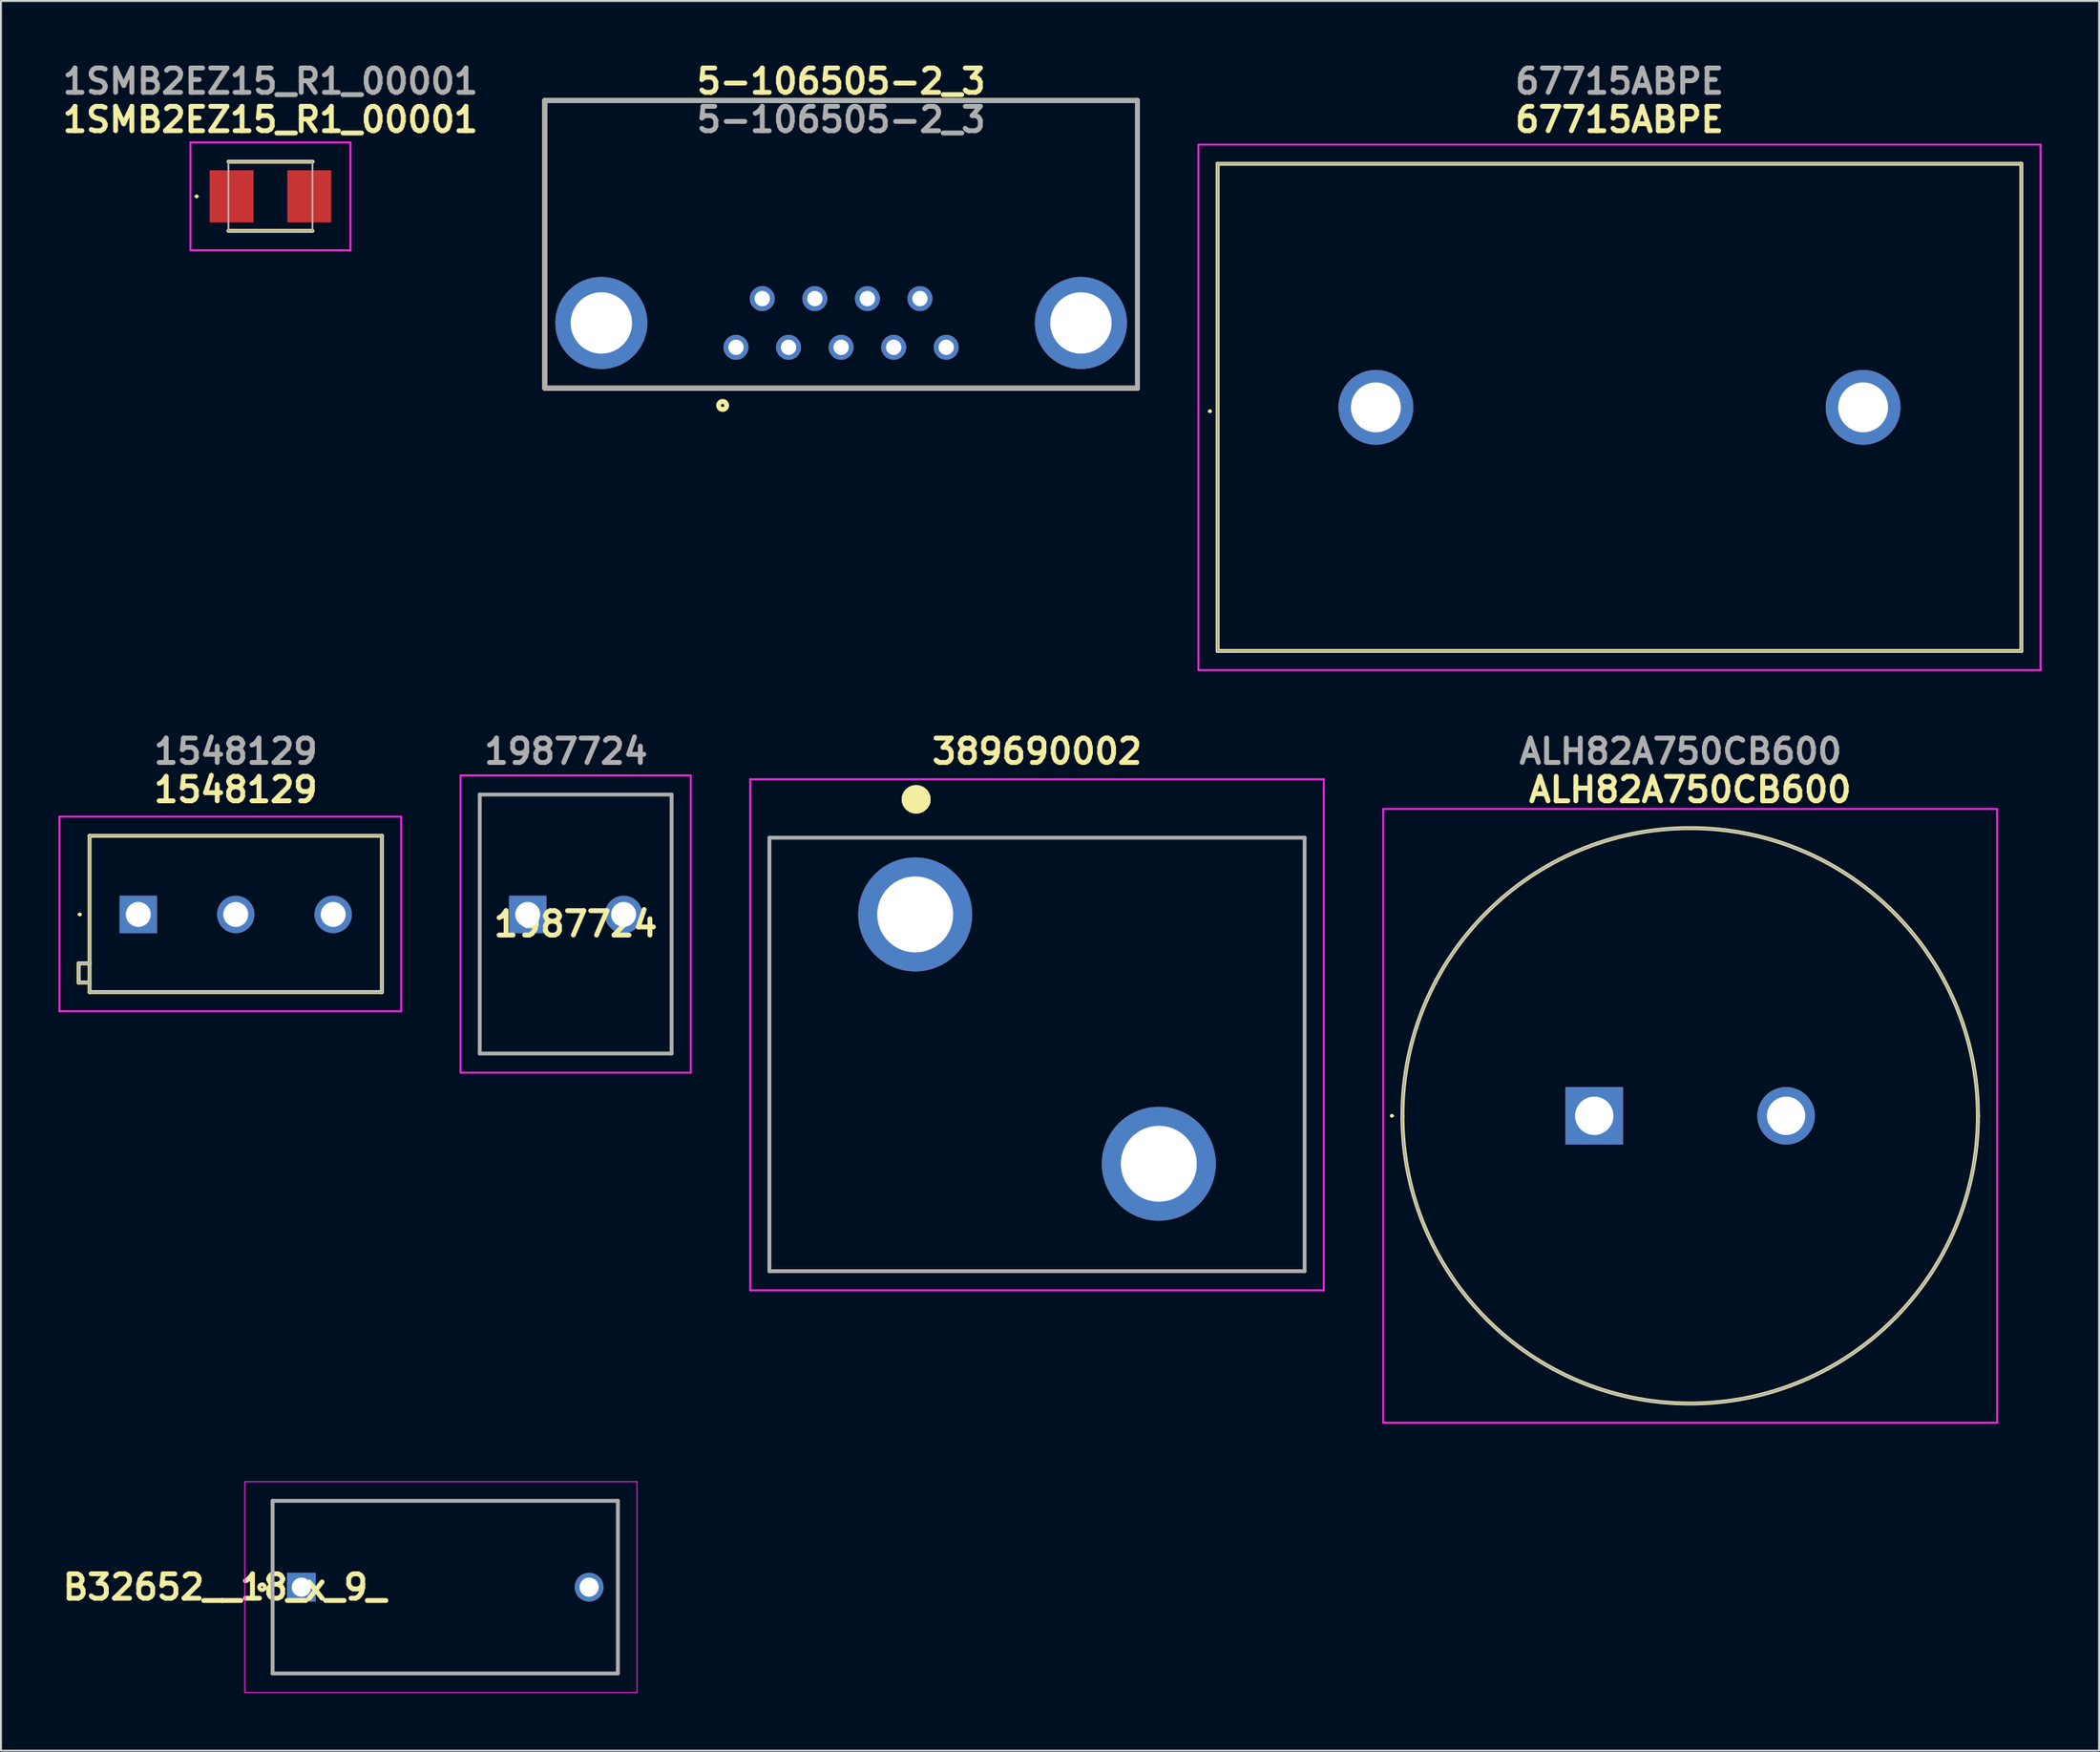
<source format=kicad_pcb>
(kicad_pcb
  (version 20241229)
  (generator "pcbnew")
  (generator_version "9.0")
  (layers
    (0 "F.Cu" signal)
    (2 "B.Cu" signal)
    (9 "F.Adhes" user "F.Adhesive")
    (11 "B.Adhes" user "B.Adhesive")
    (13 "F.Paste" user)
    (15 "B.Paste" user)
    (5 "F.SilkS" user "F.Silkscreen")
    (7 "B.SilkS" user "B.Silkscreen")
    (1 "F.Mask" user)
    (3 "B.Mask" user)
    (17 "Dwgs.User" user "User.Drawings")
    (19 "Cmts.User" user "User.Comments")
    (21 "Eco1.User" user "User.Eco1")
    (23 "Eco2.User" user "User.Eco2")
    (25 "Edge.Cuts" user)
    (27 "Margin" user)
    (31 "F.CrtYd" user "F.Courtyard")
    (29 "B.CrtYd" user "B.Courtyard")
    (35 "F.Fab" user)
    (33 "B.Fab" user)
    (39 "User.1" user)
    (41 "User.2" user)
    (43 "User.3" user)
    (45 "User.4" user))
  (footprint "5-106505-2_3"
    (layer "F.Cu")
    (at 25.348 2.189)
    (property "Reference" "5-106505-2_3" (at 15.45 -1 0) (layer "F.SilkS") (effects (font (size 1.27 1.27) (thickness 0.254))))
    (attr through_hole)
    (fp_line (start 0 0) (end 0 15) (stroke (width 0.254) (type solid)) (layer "F.SilkS"))
    (fp_line (start 0 15) (end 30.9 15) (stroke (width 0.254) (type solid)) (layer "F.SilkS"))
    (fp_line (start 30.9 0) (end 0 0) (stroke (width 0.254) (type solid)) (layer "F.SilkS"))
    (fp_line (start 30.9 15) (end 30.9 0) (stroke (width 0.254) (type solid)) (layer "F.SilkS"))
    (fp_circle (center 9.273 15.9) (end 9.273 15.982) (stroke (width 0.254) (type solid)) (fill no) (layer "F.SilkS"))
    (fp_line (start 0 0) (end 30.9 0) (stroke (width 0.254) (type solid)) (layer "F.Fab"))
    (fp_line (start 0 15) (end 0 0) (stroke (width 0.254) (type solid)) (layer "F.Fab"))
    (fp_line (start 30.9 0) (end 30.9 15) (stroke (width 0.254) (type solid)) (layer "F.Fab"))
    (fp_line (start 30.9 15) (end 0 15) (stroke (width 0.254) (type solid)) (layer "F.Fab"))
    (fp_text user "${REFERENCE}" (at 15.45 1 0) (layer "F.Fab") (effects (font (size 1.27 1.27) (thickness 0.254))))
    (pad "1" thru_hole circle (at 9.97 12.87) (size 1.3 1.3) (drill 0.8) (layers "*.Cu" "*.Mask"))
    (pad "2" thru_hole circle (at 12.71 12.87) (size 1.3 1.3) (drill 0.8) (layers "*.Cu" "*.Mask"))
    (pad "3" thru_hole circle (at 15.45 12.87) (size 1.3 1.3) (drill 0.8) (layers "*.Cu" "*.Mask"))
    (pad "4" thru_hole circle (at 18.19 12.87) (size 1.3 1.3) (drill 0.8) (layers "*.Cu" "*.Mask"))
    (pad "5" thru_hole circle (at 20.93 12.87) (size 1.3 1.3) (drill 0.8) (layers "*.Cu" "*.Mask"))
    (pad "6" thru_hole circle (at 11.34 10.33) (size 1.3 1.3) (drill 0.8) (layers "*.Cu" "*.Mask"))
    (pad "7" thru_hole circle (at 14.08 10.33) (size 1.3 1.3) (drill 0.8) (layers "*.Cu" "*.Mask"))
    (pad "8" thru_hole circle (at 16.82 10.33) (size 1.3 1.3) (drill 0.8) (layers "*.Cu" "*.Mask"))
    (pad "9" thru_hole circle (at 19.56 10.33) (size 1.3 1.3) (drill 0.8) (layers "*.Cu" "*.Mask"))
    (pad "10" thru_hole circle (at 2.95 11.6) (size 4.8 4.8) (drill 3.2) (layers "*.Cu" "*.Mask"))
    (pad "11" thru_hole circle (at 27.95 11.6) (size 4.8 4.8) (drill 3.2) (layers "*.Cu" "*.Mask")))
  (footprint "67715ABPE"
    (layer "F.Cu")
    (at 68.675 18.189)
    (property "Reference" "67715ABPE" (at 12.7 -15 0) (layer "F.SilkS") (effects (font (size 1.27 1.27) (thickness 0.254))))
    (attr through_hole)
    (fp_line (start -8.7 0.2) (end -8.7 0.2) (stroke (width 0.1) (type solid)) (layer "F.SilkS"))
    (fp_line (start -8.6 0.2) (end -8.6 0.2) (stroke (width 0.1) (type solid)) (layer "F.SilkS"))
    (fp_line (start -8.25 -12.7) (end 33.65 -12.7) (stroke (width 0.2) (type solid)) (layer "F.SilkS"))
    (fp_line (start -8.25 12.7) (end -8.25 -12.7) (stroke (width 0.2) (type solid)) (layer "F.SilkS"))
    (fp_line (start 33.65 -12.7) (end 33.65 12.7) (stroke (width 0.2) (type solid)) (layer "F.SilkS"))
    (fp_line (start 33.65 12.7) (end -8.25 12.7) (stroke (width 0.2) (type solid)) (layer "F.SilkS"))
    (fp_arc (start -8.7 0.2) (mid -8.65 0.15) (end -8.6 0.2) (stroke (width 0.1) (type solid)) (layer "F.SilkS"))
    (fp_arc (start -8.6 0.2) (mid -8.65 0.25) (end -8.7 0.2) (stroke (width 0.1) (type solid)) (layer "F.SilkS"))
    (fp_line (start -9.25 -13.7) (end 34.65 -13.7) (stroke (width 0.1) (type solid)) (layer "F.CrtYd"))
    (fp_line (start -9.25 13.7) (end -9.25 -13.7) (stroke (width 0.1) (type solid)) (layer "F.CrtYd"))
    (fp_line (start 34.65 -13.7) (end 34.65 13.7) (stroke (width 0.1) (type solid)) (layer "F.CrtYd"))
    (fp_line (start 34.65 13.7) (end -9.25 13.7) (stroke (width 0.1) (type solid)) (layer "F.CrtYd"))
    (fp_line (start -8.25 -12.7) (end 33.65 -12.7) (stroke (width 0.1) (type solid)) (layer "F.Fab"))
    (fp_line (start -8.25 12.7) (end -8.25 -12.7) (stroke (width 0.1) (type solid)) (layer "F.Fab"))
    (fp_line (start 33.65 -12.7) (end 33.65 12.7) (stroke (width 0.1) (type solid)) (layer "F.Fab"))
    (fp_line (start 33.65 12.7) (end -8.25 12.7) (stroke (width 0.1) (type solid)) (layer "F.Fab"))
    (fp_text user "${REFERENCE}" (at 12.7 -17 0) (layer "F.Fab") (effects (font (size 1.27 1.27) (thickness 0.254))))
    (pad "1" thru_hole circle (at 0 0) (size 3.9 3.9) (drill 2.6) (layers "*.Cu" "*.Mask"))
    (pad "2" thru_hole circle (at 25.4 0) (size 3.9 3.9) (drill 2.6) (layers "*.Cu" "*.Mask")))
  (footprint "1548129"
    (layer "F.Cu")
    (at 4.16 44.627)
    (property "Reference" "1548129" (at 5.08 -6.5 0) (layer "F.SilkS") (effects (font (size 1.27 1.27) (thickness 0.254))))
    (attr through_hole)
    (fp_line (start -3.11 2.55) (end -3.11 3.55) (stroke (width 0.2) (type solid)) (layer "F.SilkS"))
    (fp_line (start -3.11 3.55) (end -2.54 3.55) (stroke (width 0.2) (type solid)) (layer "F.SilkS"))
    (fp_line (start -3.1 0) (end -3.1 0) (stroke (width 0.1) (type solid)) (layer "F.SilkS"))
    (fp_line (start -3 0) (end -3 0) (stroke (width 0.1) (type solid)) (layer "F.SilkS"))
    (fp_line (start -2.54 -4.1) (end 12.7 -4.1) (stroke (width 0.2) (type solid)) (layer "F.SilkS"))
    (fp_line (start -2.54 2.55) (end -3.11 2.55) (stroke (width 0.2) (type solid)) (layer "F.SilkS"))
    (fp_line (start -2.54 4.05) (end -2.54 -4.1) (stroke (width 0.2) (type solid)) (layer "F.SilkS"))
    (fp_line (start 12.7 -4.1) (end 12.7 4.05) (stroke (width 0.2) (type solid)) (layer "F.SilkS"))
    (fp_line (start 12.7 4.05) (end -2.54 4.05) (stroke (width 0.2) (type solid)) (layer "F.SilkS"))
    (fp_arc (start -3.1 0) (mid -3.05 -0.05) (end -3 0) (stroke (width 0.1) (type solid)) (layer "F.SilkS"))
    (fp_arc (start -3 0) (mid -3.05 0.05) (end -3.1 0) (stroke (width 0.1) (type solid)) (layer "F.SilkS"))
    (fp_line (start -4.11 -5.1) (end 13.7 -5.1) (stroke (width 0.1) (type solid)) (layer "F.CrtYd"))
    (fp_line (start -4.11 5.05) (end -4.11 -5.1) (stroke (width 0.1) (type solid)) (layer "F.CrtYd"))
    (fp_line (start 13.7 -5.1) (end 13.7 5.05) (stroke (width 0.1) (type solid)) (layer "F.CrtYd"))
    (fp_line (start 13.7 5.05) (end -4.11 5.05) (stroke (width 0.1) (type solid)) (layer "F.CrtYd"))
    (fp_line (start -3.11 2.55) (end -3.11 3.55) (stroke (width 0.1) (type solid)) (layer "F.Fab"))
    (fp_line (start -3.11 3.55) (end -2.54 3.55) (stroke (width 0.1) (type solid)) (layer "F.Fab"))
    (fp_line (start -2.54 -4.1) (end -2.54 4.05) (stroke (width 0.1) (type solid)) (layer "F.Fab"))
    (fp_line (start -2.54 2.55) (end -3.11 2.55) (stroke (width 0.1) (type solid)) (layer "F.Fab"))
    (fp_line (start -2.54 4.05) (end 12.7 4.05) (stroke (width 0.1) (type solid)) (layer "F.Fab"))
    (fp_line (start 12.7 -4.1) (end -2.54 -4.1) (stroke (width 0.1) (type solid)) (layer "F.Fab"))
    (fp_line (start 12.7 4.05) (end 12.7 -4.1) (stroke (width 0.1) (type solid)) (layer "F.Fab"))
    (fp_text user "${REFERENCE}" (at 5.08 -8.5 0) (layer "F.Fab") (effects (font (size 1.27 1.27) (thickness 0.254))))
    (pad "1" thru_hole rect (at 0 0) (size 1.95 1.95) (drill 1.3) (layers "*.Cu" "*.Mask"))
    (pad "2" thru_hole circle (at 5.08 0) (size 1.95 1.95) (drill 1.3) (layers "*.Cu" "*.Mask"))
    (pad "3" thru_hole circle (at 10.16 0) (size 1.95 1.95) (drill 1.3) (layers "*.Cu" "*.Mask")))
  (footprint "1SMB2EZ15_R1_00001"
    (layer "F.Cu")
    (at 11.049 7.189)
    (property "Reference" "1SMB2EZ15_R1_00001" (at 0 -4 0) (layer "F.SilkS") (effects (font (size 1.27 1.27) (thickness 0.254))))
    (attr smd)
    (fp_line (start -3.9 0) (end -3.9 0) (stroke (width 0.1) (type solid)) (layer "F.SilkS"))
    (fp_line (start -3.8 0) (end -3.8 0) (stroke (width 0.1) (type solid)) (layer "F.SilkS"))
    (fp_line (start -2.19 -1.81) (end 2.2 -1.81) (stroke (width 0.2) (type solid)) (layer "F.SilkS"))
    (fp_line (start -2.19 1.8) (end 2.19 1.8) (stroke (width 0.2) (type solid)) (layer "F.SilkS"))
    (fp_arc (start -3.9 0) (mid -3.85 -0.05) (end -3.8 0) (stroke (width 0.1) (type solid)) (layer "F.SilkS"))
    (fp_arc (start -3.8 0) (mid -3.85 0.05) (end -3.9 0) (stroke (width 0.1) (type solid)) (layer "F.SilkS"))
    (fp_line (start -4.17 -2.81) (end 4.17 -2.81) (stroke (width 0.1) (type solid)) (layer "F.CrtYd"))
    (fp_line (start -4.17 2.81) (end -4.17 -2.81) (stroke (width 0.1) (type solid)) (layer "F.CrtYd"))
    (fp_line (start 4.17 -2.81) (end 4.17 2.81) (stroke (width 0.1) (type solid)) (layer "F.CrtYd"))
    (fp_line (start 4.17 2.81) (end -4.17 2.81) (stroke (width 0.1) (type solid)) (layer "F.CrtYd"))
    (fp_line (start -2.19 -1.81) (end -2.19 1.81) (stroke (width 0.1) (type solid)) (layer "F.Fab"))
    (fp_line (start -2.19 1.81) (end 2.19 1.81) (stroke (width 0.1) (type solid)) (layer "F.Fab"))
    (fp_line (start 2.19 -1.81) (end -2.19 -1.81) (stroke (width 0.1) (type solid)) (layer "F.Fab"))
    (fp_line (start 2.19 1.81) (end 2.19 -1.81) (stroke (width 0.1) (type solid)) (layer "F.Fab"))
    (fp_text user "${REFERENCE}" (at 0 -6 0) (layer "F.Fab") (effects (font (size 1.27 1.27) (thickness 0.254))))
    (pad "1" smd rect (at -2.025 0) (size 2.29 2.72) (layers "F.Cu" "F.Mask" "F.Paste"))
    (pad "2" smd rect (at 2.025 0) (size 2.29 2.72) (layers "F.Cu" "F.Mask" "F.Paste")))
  (footprint "ALH82A750CB600"
    (layer "F.Cu")
    (at 80.06 55.127)
    (property "Reference" "ALH82A750CB600" (at 5 -17 0) (layer "F.SilkS") (effects (font (size 1.27 1.27) (thickness 0.254))))
    (attr through_hole)
    (fp_line (start -10.6 0) (end -10.6 0) (stroke (width 0.1) (type solid)) (layer "F.SilkS"))
    (fp_line (start -10.5 0) (end -10.5 0) (stroke (width 0.1) (type solid)) (layer "F.SilkS"))
    (fp_line (start -10 0) (end -10 0) (stroke (width 0.2) (type solid)) (layer "F.SilkS"))
    (fp_line (start 20 0) (end 20 0) (stroke (width 0.2) (type solid)) (layer "F.SilkS"))
    (fp_arc (start -10.6 0) (mid -10.55 -0.05) (end -10.5 0) (stroke (width 0.1) (type solid)) (layer "F.SilkS"))
    (fp_arc (start -10.5 0) (mid -10.55 0.05) (end -10.6 0) (stroke (width 0.1) (type solid)) (layer "F.SilkS"))
    (fp_arc (start -10 0) (mid 5 -15) (end 20 0) (stroke (width 0.2) (type solid)) (layer "F.SilkS"))
    (fp_arc (start 20 0) (mid 5 15) (end -10 0) (stroke (width 0.2) (type solid)) (layer "F.SilkS"))
    (fp_line (start -11 -16) (end 21 -16) (stroke (width 0.1) (type solid)) (layer "F.CrtYd"))
    (fp_line (start -11 16) (end -11 -16) (stroke (width 0.1) (type solid)) (layer "F.CrtYd"))
    (fp_line (start 21 -16) (end 21 16) (stroke (width 0.1) (type solid)) (layer "F.CrtYd"))
    (fp_line (start 21 16) (end -11 16) (stroke (width 0.1) (type solid)) (layer "F.CrtYd"))
    (fp_line (start -10 0) (end -10 0) (stroke (width 0.1) (type solid)) (layer "F.Fab"))
    (fp_line (start 20 0) (end 20 0) (stroke (width 0.1) (type solid)) (layer "F.Fab"))
    (fp_arc (start -10 0) (mid 5 -15) (end 20 0) (stroke (width 0.1) (type solid)) (layer "F.Fab"))
    (fp_arc (start 20 0) (mid 5 15) (end -10 0) (stroke (width 0.1) (type solid)) (layer "F.Fab"))
    (fp_text user "${REFERENCE}" (at 4.5 -19 0) (layer "F.Fab") (effects (font (size 1.27 1.27) (thickness 0.254))))
    (pad "1" thru_hole rect (at 0 0) (size 3 3) (drill 2) (layers "*.Cu" "*.Mask"))
    (pad "2" thru_hole circle (at 10 0) (size 3 3) (drill 2) (layers "*.Cu" "*.Mask")))
  (footprint "389690002"
    (layer "F.Cu")
    (at 44.66 44.627)
    (property "Reference" "389690002" (at 6.35 -8.5 0) (layer "F.SilkS") (effects (font (size 1.27 1.27) (thickness 0.254))))
    (attr through_hole)
    (fp_line (start -7.6 -4) (end 20.3 -4) (stroke (width 0.1) (type solid)) (layer "F.SilkS"))
    (fp_line (start -7.6 18.6) (end -7.6 -4) (stroke (width 0.1) (type solid)) (layer "F.SilkS"))
    (fp_line (start 0 -6) (end 0 -6) (stroke (width 1.4) (type solid)) (layer "F.SilkS"))
    (fp_line (start 0.1 -6) (end 0.1 -6) (stroke (width 1.4) (type solid)) (layer "F.SilkS"))
    (fp_line (start 20.3 -4) (end 20.3 18.6) (stroke (width 0.1) (type solid)) (layer "F.SilkS"))
    (fp_line (start 20.3 18.6) (end -7.6 18.6) (stroke (width 0.1) (type solid)) (layer "F.SilkS"))
    (fp_arc (start 0 -6) (mid 0.05 -6.05) (end 0.1 -6) (stroke (width 1.4) (type solid)) (layer "F.SilkS"))
    (fp_arc (start 0.1 -6) (mid 0.05 -5.95) (end 0 -6) (stroke (width 1.4) (type solid)) (layer "F.SilkS"))
    (fp_line (start -8.6 -7.05) (end 21.3 -7.05) (stroke (width 0.1) (type solid)) (layer "F.CrtYd"))
    (fp_line (start -8.6 19.6) (end -8.6 -7.05) (stroke (width 0.1) (type solid)) (layer "F.CrtYd"))
    (fp_line (start 21.3 -7.05) (end 21.3 19.6) (stroke (width 0.1) (type solid)) (layer "F.CrtYd"))
    (fp_line (start 21.3 19.6) (end -8.6 19.6) (stroke (width 0.1) (type solid)) (layer "F.CrtYd"))
    (fp_line (start -7.6 -4) (end 20.3 -4) (stroke (width 0.2) (type solid)) (layer "F.Fab"))
    (fp_line (start -7.6 18.6) (end -7.6 -4) (stroke (width 0.2) (type solid)) (layer "F.Fab"))
    (fp_line (start 20.3 -4) (end 20.3 18.6) (stroke (width 0.2) (type solid)) (layer "F.Fab"))
    (fp_line (start 20.3 18.6) (end -7.6 18.6) (stroke (width 0.2) (type solid)) (layer "F.Fab"))
    (pad "1" thru_hole circle (at 0 0) (size 5.94 5.94) (drill 3.96) (layers "*.Cu" "*.Mask"))
    (pad "2" thru_hole circle (at 12.7 13) (size 5.94 5.94) (drill 3.96) (layers "*.Cu" "*.Mask")))
  (footprint "B32652__18_x_9_"
    (layer "F.Cu")
    (at 12.66 79.702)
    (property "Reference" "B32652__18_x_9_" (at -4 0 0) (layer "F.SilkS") (effects (font (size 1.27 1.27) (thickness 0.254))))
    (attr through_hole)
    (fp_line (start -1.5 -4.5) (end 16.5 -4.5) (stroke (width 0.1) (type solid)) (layer "F.SilkS"))
    (fp_line (start -1.5 4.5) (end -1.5 -4.5) (stroke (width 0.1) (type solid)) (layer "F.SilkS"))
    (fp_line (start 16.5 -4.5) (end 16.5 4.5) (stroke (width 0.1) (type solid)) (layer "F.SilkS"))
    (fp_line (start 16.5 4.5) (end -1.5 4.5) (stroke (width 0.1) (type solid)) (layer "F.SilkS"))
    (fp_circle (center -2.05 0) (end -2.05 0.05) (stroke (width 0.2) (type solid)) (fill no) (layer "F.SilkS"))
    (fp_line (start -2.95 -5.5) (end 17.5 -5.5) (stroke (width 0.05) (type solid)) (layer "F.CrtYd"))
    (fp_line (start -2.95 5.5) (end -2.95 -5.5) (stroke (width 0.05) (type solid)) (layer "F.CrtYd"))
    (fp_line (start 17.5 -5.5) (end 17.5 5.5) (stroke (width 0.05) (type solid)) (layer "F.CrtYd"))
    (fp_line (start 17.5 5.5) (end -2.95 5.5) (stroke (width 0.05) (type solid)) (layer "F.CrtYd"))
    (fp_line (start -1.5 -4.5) (end 16.5 -4.5) (stroke (width 0.2) (type solid)) (layer "F.Fab"))
    (fp_line (start -1.5 4.5) (end -1.5 -4.5) (stroke (width 0.2) (type solid)) (layer "F.Fab"))
    (fp_line (start 16.5 -4.5) (end 16.5 4.5) (stroke (width 0.2) (type solid)) (layer "F.Fab"))
    (fp_line (start 16.5 4.5) (end -1.5 4.5) (stroke (width 0.2) (type solid)) (layer "F.Fab"))
    (pad "1" thru_hole rect (at 0 0) (size 1.5 1.5) (drill 1) (layers "*.Cu" "*.Mask"))
    (pad "2" thru_hole circle (at 15 0) (size 1.5 1.5) (drill 1) (layers "*.Cu" "*.Mask")))
  (footprint "1987724"
    (layer "F.Cu")
    (at 24.46 44.627)
    (property "Reference" "1987724" (at 2.5 0.5 0) (layer "F.SilkS") (effects (font (size 1.27 1.27) (thickness 0.254))))
    (attr through_hole)
    (fp_line (start -2.5 -6.25) (end -2.5 7.25) (stroke (width 0.1) (type solid)) (layer "F.SilkS"))
    (fp_line (start -2.5 7.25) (end 7.5 7.25) (stroke (width 0.1) (type solid)) (layer "F.SilkS"))
    (fp_line (start 7.5 -6.25) (end -2.5 -6.25) (stroke (width 0.1) (type solid)) (layer "F.SilkS"))
    (fp_line (start 7.5 7.25) (end 7.5 -6.25) (stroke (width 0.1) (type solid)) (layer "F.SilkS"))
    (fp_line (start -3.5 -7.25) (end 8.5 -7.25) (stroke (width 0.1) (type solid)) (layer "F.CrtYd"))
    (fp_line (start -3.5 8.25) (end -3.5 -7.25) (stroke (width 0.1) (type solid)) (layer "F.CrtYd"))
    (fp_line (start 8.5 -7.25) (end 8.5 8.25) (stroke (width 0.1) (type solid)) (layer "F.CrtYd"))
    (fp_line (start 8.5 8.25) (end -3.5 8.25) (stroke (width 0.1) (type solid)) (layer "F.CrtYd"))
    (fp_line (start -2.5 -6.25) (end -2.5 7.25) (stroke (width 0.2) (type solid)) (layer "F.Fab"))
    (fp_line (start -2.5 7.25) (end 7.5 7.25) (stroke (width 0.2) (type solid)) (layer "F.Fab"))
    (fp_line (start 7.5 -6.25) (end -2.5 -6.25) (stroke (width 0.2) (type solid)) (layer "F.Fab"))
    (fp_line (start 7.5 7.25) (end 7.5 -6.25) (stroke (width 0.2) (type solid)) (layer "F.Fab"))
    (fp_text user "${REFERENCE}" (at 2 -8.5 0) (layer "F.Fab") (effects (font (size 1.27 1.27) (thickness 0.254))))
    (pad "1" thru_hole rect (at 0 0) (size 1.95 1.95) (drill 1.3) (layers "*.Cu" "*.Mask"))
    (pad "2" thru_hole circle (at 5 0) (size 1.95 1.95) (drill 1.3) (layers "*.Cu" "*.Mask")))
  (gr_rect
    (start -3 -3)
    (end 106.375 88.227)
    (stroke (width 0.1) (type default))
    (fill no)
    (layer "Edge.Cuts")))
</source>
